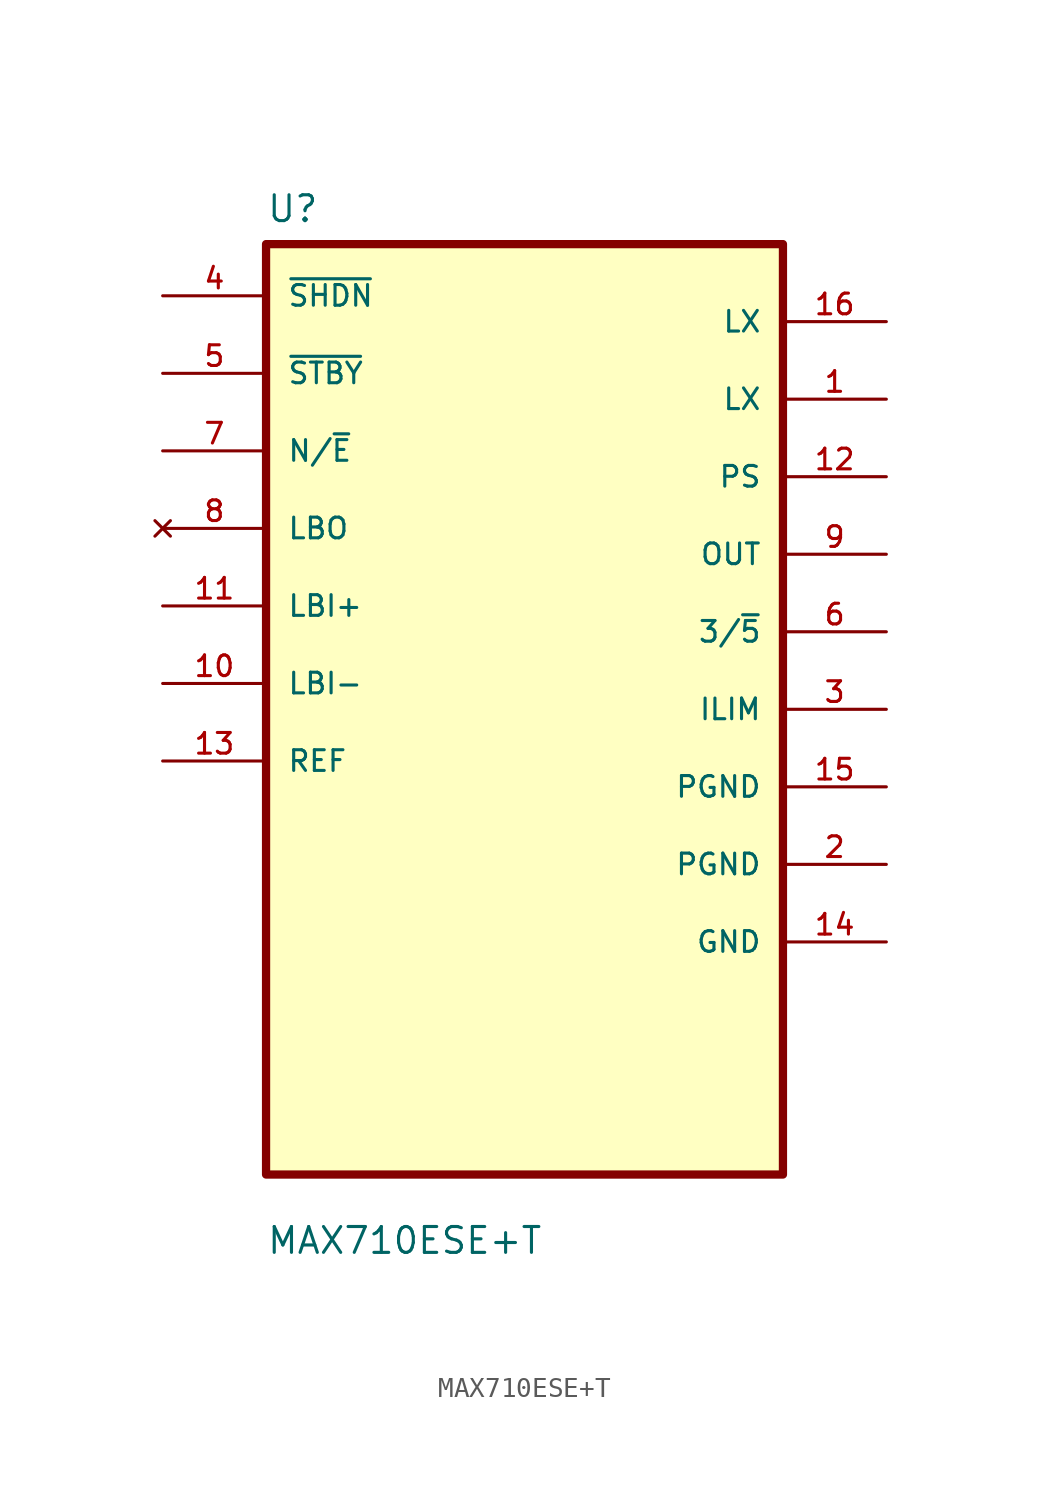
<source format=kicad_sym>
(kicad_symbol_lib
  (version 20211014)
  (generator kicad_symbol_editor)
  (symbol "MAX710ESE+T"
    (pin_names
      (offset 1.016))
    (property "Reference" "U"
      (at -12.7 23.851 0)
      (effects (font (size 1.27 1.27)) (justify left bottom)))
    (property "Value" "MAX710ESE+T"
      (at -12.7 -26.848 0)
      (effects (font (size 1.27 1.27)) (justify left bottom)))
    (property "ki_locked" ""
      (at 0 0 0)
      (effects (font (size 1.27 1.27))))
    (symbol "MAX710ESE+T_0_0"
      (rectangle (start -12.7 -22.86) (end 12.7 22.86) (stroke (width 0.406) (type default) (color 0 0 0 0)) (fill (type background)))
      (pin bidirectional line (at 17.78 15.24 180) (length 5.08) (name "LX" (effects (font (size 1.016 1.016)))) (number "1" (effects (font (size 1.016 1.016)))))
      (pin bidirectional line (at -17.78 1.27 0) (length 5.08) (name "LBI-" (effects (font (size 1.016 1.016)))) (number "10" (effects (font (size 1.016 1.016)))))
      (pin bidirectional line (at -17.78 5.08 0) (length 5.08) (name "LBI+" (effects (font (size 1.016 1.016)))) (number "11" (effects (font (size 1.016 1.016)))))
      (pin input line (at 17.78 11.43 180) (length 5.08) (name "PS" (effects (font (size 1.016 1.016)))) (number "12" (effects (font (size 1.016 1.016)))))
      (pin output line (at -17.78 -2.54 0) (length 5.08) (name "REF" (effects (font (size 1.016 1.016)))) (number "13" (effects (font (size 1.016 1.016)))))
      (pin input line (at 17.78 -11.43 180) (length 5.08) (name "GND" (effects (font (size 1.016 1.016)))) (number "14" (effects (font (size 1.016 1.016)))))
      (pin input line (at 17.78 -3.81 180) (length 5.08) (name "PGND" (effects (font (size 1.016 1.016)))) (number "15" (effects (font (size 1.016 1.016)))))
      (pin bidirectional line (at 17.78 19.05 180) (length 5.08) (name "LX" (effects (font (size 1.016 1.016)))) (number "16" (effects (font (size 1.016 1.016)))))
      (pin input line (at 17.78 -7.62 180) (length 5.08) (name "PGND" (effects (font (size 1.016 1.016)))) (number "2" (effects (font (size 1.016 1.016)))))
      (pin input line (at 17.78 0 180) (length 5.08) (name "ILIM" (effects (font (size 1.016 1.016)))) (number "3" (effects (font (size 1.016 1.016)))))
      (pin input line (at -17.78 20.32 0) (length 5.08) (name "~{SHDN}" (effects (font (size 1.016 1.016)))) (number "4" (effects (font (size 1.016 1.016)))))
      (pin input line (at -17.78 16.51 0) (length 5.08) (name "~{STBY}" (effects (font (size 1.016 1.016)))) (number "5" (effects (font (size 1.016 1.016)))))
      (pin bidirectional line (at 17.78 3.81 180) (length 5.08) (name "3/~{5}" (effects (font (size 1.016 1.016)))) (number "6" (effects (font (size 1.016 1.016)))))
      (pin input line (at -17.78 12.7 0) (length 5.08) (name "N/~{E}" (effects (font (size 1.016 1.016)))) (number "7" (effects (font (size 1.016 1.016)))))
      (pin no_connect line (at -17.78 8.89 0) (length 5.08) (name "LBO" (effects (font (size 1.016 1.016)))) (number "8" (effects (font (size 1.016 1.016)))))
      (pin output line (at 17.78 7.62 180) (length 5.08) (name "OUT" (effects (font (size 1.016 1.016)))) (number "9" (effects (font (size 1.016 1.016))))))))
</source>
